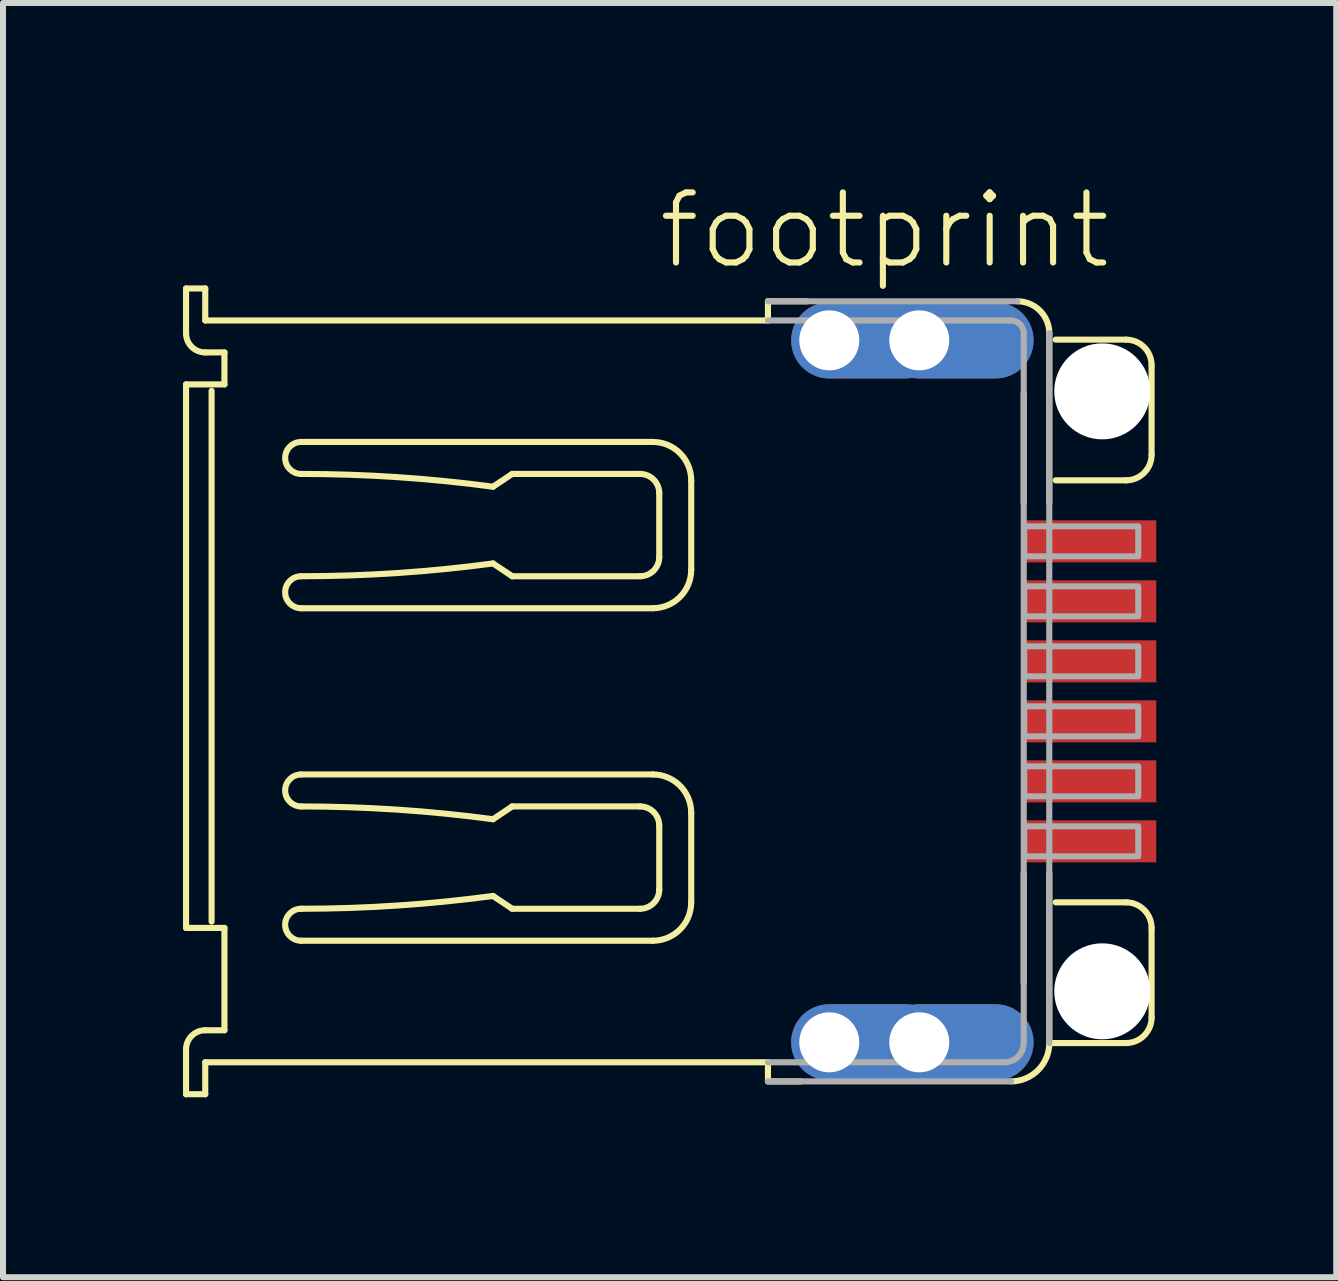
<source format=kicad_pcb>
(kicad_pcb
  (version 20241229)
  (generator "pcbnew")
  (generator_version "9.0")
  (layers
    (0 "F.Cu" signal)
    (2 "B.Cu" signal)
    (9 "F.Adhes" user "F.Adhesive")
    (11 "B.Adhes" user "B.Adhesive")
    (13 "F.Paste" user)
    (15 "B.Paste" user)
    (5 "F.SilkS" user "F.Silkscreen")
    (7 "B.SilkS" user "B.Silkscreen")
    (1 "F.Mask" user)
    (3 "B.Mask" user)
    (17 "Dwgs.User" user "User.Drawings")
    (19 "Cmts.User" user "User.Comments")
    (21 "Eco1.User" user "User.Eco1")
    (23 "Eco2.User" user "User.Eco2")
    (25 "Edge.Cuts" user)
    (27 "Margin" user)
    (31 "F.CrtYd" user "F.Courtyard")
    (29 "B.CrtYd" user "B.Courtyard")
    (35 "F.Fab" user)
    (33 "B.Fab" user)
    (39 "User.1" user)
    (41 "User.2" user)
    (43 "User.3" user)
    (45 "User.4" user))
  (footprint "footprint"
    (layer "F.Cu")
    (at 6.872 8.473)
    (property "Reference" "footprint" (at 1 -7 0) (layer "F.SilkS") (effects (font (size 1.168 1.168) (thickness 0.102)) (justify left bottom)))
    (fp_line (start -6.821 -6.715) (end -6.501 -6.715) (stroke (width 0.102) (type solid)) (layer "F.SilkS"))
    (fp_line (start -6.821 -5.968) (end -6.821 -6.715) (stroke (width 0.102) (type solid)) (layer "F.SilkS"))
    (fp_line (start -6.821 -5.116) (end -6.181 -5.116) (stroke (width 0.102) (type solid)) (layer "F.SilkS"))
    (fp_line (start -6.821 3.943) (end -6.821 -5.116) (stroke (width 0.102) (type solid)) (layer "F.SilkS"))
    (fp_line (start -6.821 6.715) (end -6.821 5.968) (stroke (width 0.102) (type solid)) (layer "F.SilkS"))
    (fp_line (start -6.501 -6.715) (end -6.501 -6.182) (stroke (width 0.102) (type solid)) (layer "F.SilkS"))
    (fp_line (start -6.501 -6.182) (end 2.878 -6.182) (stroke (width 0.102) (type solid)) (layer "F.SilkS"))
    (fp_line (start -6.501 5.649) (end -6.181 5.649) (stroke (width 0.102) (type solid)) (layer "F.SilkS"))
    (fp_line (start -6.501 6.182) (end -6.501 6.715) (stroke (width 0.102) (type solid)) (layer "F.SilkS"))
    (fp_line (start -6.501 6.715) (end -6.821 6.715) (stroke (width 0.102) (type solid)) (layer "F.SilkS"))
    (fp_line (start -6.395 -5.009) (end -6.395 3.837) (stroke (width 0.102) (type solid)) (layer "F.SilkS"))
    (fp_line (start -6.181 -5.649) (end -6.501 -5.649) (stroke (width 0.102) (type solid)) (layer "F.SilkS"))
    (fp_line (start -6.181 -5.116) (end -6.181 -5.649) (stroke (width 0.102) (type solid)) (layer "F.SilkS"))
    (fp_line (start -6.181 3.943) (end -6.821 3.943) (stroke (width 0.102) (type solid)) (layer "F.SilkS"))
    (fp_line (start -6.181 5.649) (end -6.181 3.943) (stroke (width 0.102) (type solid)) (layer "F.SilkS"))
    (fp_line (start -4.903 -4.157) (end 0.959 -4.157) (stroke (width 0.102) (type solid)) (layer "F.SilkS"))
    (fp_line (start -4.903 1.385) (end 0.959 1.385) (stroke (width 0.102) (type solid)) (layer "F.SilkS"))
    (fp_line (start -1.705 -3.41) (end -1.385 -3.624) (stroke (width 0.102) (type solid)) (layer "F.SilkS"))
    (fp_line (start -1.705 -2.132) (end -1.385 -1.918) (stroke (width 0.102) (type solid)) (layer "F.SilkS"))
    (fp_line (start -1.705 2.132) (end -1.385 1.918) (stroke (width 0.102) (type solid)) (layer "F.SilkS"))
    (fp_line (start -1.705 3.41) (end -1.385 3.624) (stroke (width 0.102) (type solid)) (layer "F.SilkS"))
    (fp_line (start -1.385 -1.918) (end 0.746 -1.918) (stroke (width 0.102) (type solid)) (layer "F.SilkS"))
    (fp_line (start -1.385 3.624) (end 0.746 3.624) (stroke (width 0.102) (type solid)) (layer "F.SilkS"))
    (fp_line (start 0.746 -3.624) (end -1.385 -3.624) (stroke (width 0.102) (type solid)) (layer "F.SilkS"))
    (fp_line (start 0.746 1.918) (end -1.385 1.918) (stroke (width 0.102) (type solid)) (layer "F.SilkS"))
    (fp_line (start 0.959 -1.385) (end -4.903 -1.385) (stroke (width 0.102) (type solid)) (layer "F.SilkS"))
    (fp_line (start 0.959 4.157) (end -4.903 4.157) (stroke (width 0.102) (type solid)) (layer "F.SilkS"))
    (fp_line (start 1.066 -2.238) (end 1.066 -3.304) (stroke (width 0.102) (type solid)) (layer "F.SilkS"))
    (fp_line (start 1.066 3.304) (end 1.066 2.238) (stroke (width 0.102) (type solid)) (layer "F.SilkS"))
    (fp_line (start 1.599 -3.517) (end 1.599 -2.025) (stroke (width 0.102) (type solid)) (layer "F.SilkS"))
    (fp_line (start 1.599 2.025) (end 1.599 3.517) (stroke (width 0.102) (type solid)) (layer "F.SilkS"))
    (fp_line (start 2.878 -6.501) (end 3.534 -6.501) (stroke (width 0.102) (type solid)) (layer "F.SilkS"))
    (fp_line (start 2.878 -6.182) (end 2.878 -6.501) (stroke (width 0.102) (type solid)) (layer "F.SilkS"))
    (fp_line (start 2.878 6.182) (end -6.501 6.182) (stroke (width 0.102) (type solid)) (layer "F.SilkS"))
    (fp_line (start 2.878 6.501) (end 2.878 6.182) (stroke (width 0.102) (type solid)) (layer "F.SilkS"))
    (fp_line (start 3.428 6.501) (end 2.878 6.501) (stroke (width 0.102) (type solid)) (layer "F.SilkS"))
    (fp_line (start 7.141 -4.968) (end 7.141 -3.138) (stroke (width 0.102) (type solid)) (layer "F.SilkS"))
    (fp_line (start 7.141 3.032) (end 7.141 4.862) (stroke (width 0.102) (type solid)) (layer "F.SilkS"))
    (fp_line (start 7.567 -5.968) (end 7.567 -3.138) (stroke (width 0.102) (type solid)) (layer "F.SilkS"))
    (fp_line (start 7.567 3.032) (end 7.567 5.862) (stroke (width 0.102) (type solid)) (layer "F.SilkS"))
    (fp_line (start 7.567 5.862) (end 8.846 5.862) (stroke (width 0.102) (type solid)) (layer "F.SilkS"))
    (fp_line (start 7.674 -5.862) (end 8.846 -5.862) (stroke (width 0.102) (type solid)) (layer "F.SilkS"))
    (fp_line (start 8.846 -3.517) (end 7.674 -3.517) (stroke (width 0.102) (type solid)) (layer "F.SilkS"))
    (fp_line (start 8.846 3.517) (end 7.674 3.517) (stroke (width 0.102) (type solid)) (layer "F.SilkS"))
    (fp_line (start 9.272 -5.436) (end 9.272 -3.943) (stroke (width 0.102) (type solid)) (layer "F.SilkS"))
    (fp_line (start 9.272 5.436) (end 9.272 3.943) (stroke (width 0.102) (type solid)) (layer "F.SilkS"))
    (fp_arc (start -6.821 5.9684) (mid -6.727421 5.742279) (end -6.501301 5.648699) (stroke (width 0.1016) (type solid)) (layer "F.SilkS"))
    (fp_arc (start -6.5013 -5.6487) (mid -6.727362 -5.742338) (end -6.821 -5.9684) (stroke (width 0.1016) (type solid)) (layer "F.SilkS"))
    (fp_arc (start -4.9026 -3.6237) (mid -5.16905 -3.89015) (end -4.9026 -4.1566) (stroke (width 0.1016) (type solid)) (layer "F.SilkS"))
    (fp_arc (start -4.9026 -3.6237) (mid -3.30035 -3.570341) (end -1.7052 -3.4105) (stroke (width 0.1016) (type solid)) (layer "F.SilkS"))
    (fp_arc (start -4.9026 -1.3855) (mid -5.16905 -1.65195) (end -4.9026 -1.9184) (stroke (width 0.1016) (type solid)) (layer "F.SilkS"))
    (fp_arc (start -4.9026 1.9184) (mid -5.16905 1.65195) (end -4.9026 1.3855) (stroke (width 0.1016) (type solid)) (layer "F.SilkS"))
    (fp_arc (start -4.9026 1.9184) (mid -3.30035 1.971759) (end -1.7052 2.1316) (stroke (width 0.1016) (type solid)) (layer "F.SilkS"))
    (fp_arc (start -4.9026 4.1566) (mid -5.16905 3.89015) (end -4.9026 3.6237) (stroke (width 0.1016) (type solid)) (layer "F.SilkS"))
    (fp_arc (start -1.7052 -2.1316) (mid -3.30035 -1.971759) (end -4.9026 -1.9184) (stroke (width 0.1016) (type solid)) (layer "F.SilkS"))
    (fp_arc (start -1.7052 3.4105) (mid -3.30035 3.570341) (end -4.9026 3.6237) (stroke (width 0.1016) (type solid)) (layer "F.SilkS"))
    (fp_arc (start 0.746 -3.6237) (mid 0.972133 -3.530033) (end 1.0658 -3.3039) (stroke (width 0.1016) (type solid)) (layer "F.SilkS"))
    (fp_arc (start 0.746 1.9184) (mid 0.972133 2.012067) (end 1.0658 2.2382) (stroke (width 0.1016) (type solid)) (layer "F.SilkS"))
    (fp_arc (start 0.9591 -4.1566) (mid 1.411359 -3.969329) (end 1.598699 -3.517099) (stroke (width 0.1016) (type solid)) (layer "F.SilkS"))
    (fp_arc (start 0.9591 1.3855) (mid 1.411388 1.572741) (end 1.598699 2.025001) (stroke (width 0.1016) (type solid)) (layer "F.SilkS"))
    (fp_arc (start 1.0658 -2.2381) (mid 0.972162 -2.012038) (end 0.7461 -1.9184) (stroke (width 0.1016) (type solid)) (layer "F.SilkS"))
    (fp_arc (start 1.0658 3.304) (mid 0.972162 3.530062) (end 0.7461 3.6237) (stroke (width 0.1016) (type solid)) (layer "F.SilkS"))
    (fp_arc (start 1.5987 -2.025) (mid 1.411431 -1.57284) (end 0.9593 -1.385498) (stroke (width 0.1016) (type solid)) (layer "F.SilkS"))
    (fp_arc (start 1.5987 3.5171) (mid 1.41143 3.96926) (end 0.959299 4.156601) (stroke (width 0.1016) (type solid)) (layer "F.SilkS"))
    (fp_arc (start 7.0343 -6.5013) (mid 7.411117 -6.345217) (end 7.5672 -5.9684) (stroke (width 0.1016) (type solid)) (layer "F.SilkS"))
    (fp_arc (start 7.5672 5.8618) (mid 7.379866 6.313966) (end 6.9277 6.5013) (stroke (width 0.1016) (type solid)) (layer "F.SilkS"))
    (fp_arc (start 8.8461 -5.8618) (mid 9.14754 -5.73694) (end 9.2724 -5.4355) (stroke (width 0.1016) (type solid)) (layer "F.SilkS"))
    (fp_arc (start 8.846101 3.517099) (mid 9.14757 3.641931) (end 9.2724 3.9434) (stroke (width 0.1016) (type solid)) (layer "F.SilkS"))
    (fp_arc (start 9.2724 -3.9434) (mid 9.14757 -3.641931) (end 8.846101 -3.517099) (stroke (width 0.1016) (type solid)) (layer "F.SilkS"))
    (fp_arc (start 9.2724 5.4356) (mid 9.14754 5.73704) (end 8.8461 5.8619) (stroke (width 0.1016) (type solid)) (layer "F.SilkS"))
    (fp_line (start 2.878 -6.501) (end 7.034 -6.501) (stroke (width 0.102) (type solid)) (layer "F.Fab"))
    (fp_line (start 2.878 -6.182) (end 6.928 -6.182) (stroke (width 0.102) (type solid)) (layer "F.Fab"))
    (fp_line (start 6.821 6.182) (end 2.878 6.182) (stroke (width 0.102) (type solid)) (layer "F.Fab"))
    (fp_line (start 6.928 6.501) (end 2.878 6.501) (stroke (width 0.102) (type solid)) (layer "F.Fab"))
    (fp_line (start 7.141 -5.968) (end 7.141 5.862) (stroke (width 0.102) (type solid)) (layer "F.Fab"))
    (fp_line (start 7.567 -5.968) (end 7.567 5.862) (stroke (width 0.102) (type solid)) (layer "F.Fab"))
    (fp_arc (start 6.9276 -6.1816) (mid 7.078355 -6.119155) (end 7.1408 -5.9684) (stroke (width 0.1016) (type solid)) (layer "F.Fab"))
    (fp_arc (start 7.1408 5.8619) (mid 7.047133 6.087933) (end 6.8211 6.1816) (stroke (width 0.1016) (type solid)) (layer "F.Fab"))
    (fp_poly (pts (xy 7.15 -2.25) (xy 9.05 -2.25) (xy 9.05 -2.75) (xy 7.15 -2.75)) (stroke (width 0.1) (type solid)) (fill no) (layer "F.Fab"))
    (fp_poly (pts (xy 7.15 -1.25) (xy 9.05 -1.25) (xy 9.05 -1.75) (xy 7.15 -1.75)) (stroke (width 0.1) (type solid)) (fill no) (layer "F.Fab"))
    (fp_poly (pts (xy 7.15 -0.25) (xy 9.05 -0.25) (xy 9.05 -0.75) (xy 7.15 -0.75)) (stroke (width 0.1) (type solid)) (fill no) (layer "F.Fab"))
    (fp_poly (pts (xy 7.15 0.75) (xy 9.05 0.75) (xy 9.05 0.25) (xy 7.15 0.25)) (stroke (width 0.1) (type solid)) (fill no) (layer "F.Fab"))
    (fp_poly (pts (xy 7.15 1.75) (xy 9.05 1.75) (xy 9.05 1.25) (xy 7.15 1.25)) (stroke (width 0.1) (type solid)) (fill no) (layer "F.Fab"))
    (fp_poly (pts (xy 7.15 2.75) (xy 9.05 2.75) (xy 9.05 2.25) (xy 7.15 2.25)) (stroke (width 0.1) (type solid)) (fill no) (layer "F.Fab"))
    (pad "" np_thru_hole circle (at 8.45 -5) (size 1.6 1.6) (drill 1.6) (layers "*.Cu" "*.Mask"))
    (pad "" np_thru_hole circle (at 8.45 5) (size 1.6 1.6) (drill 1.6) (layers "*.Cu" "*.Mask"))
    (pad "1" smd rect (at 8.25 -2.5) (size 2.2 0.7) (layers "F.Cu" "F.Mask" "F.Paste"))
    (pad "2" smd rect (at 8.25 -1.5) (size 2.2 0.7) (layers "F.Cu" "F.Mask" "F.Paste"))
    (pad "3" smd rect (at 8.25 -0.5) (size 2.2 0.7) (layers "F.Cu" "F.Mask" "F.Paste"))
    (pad "4" smd rect (at 8.25 0.5) (size 2.2 0.7) (layers "F.Cu" "F.Mask" "F.Paste"))
    (pad "5" smd rect (at 8.25 1.5) (size 2.2 0.7) (layers "F.Cu" "F.Mask" "F.Paste"))
    (pad "6" smd rect (at 8.25 2.5) (size 2.2 0.7) (layers "F.Cu" "F.Mask" "F.Paste"))
    (pad "M1" thru_hole oval (at 3.9 -5.85) (size 2.54 1.27) (drill 1 (offset 0.635 0)) (layers "*.Cu" "*.Mask"))
    (pad "M2" thru_hole oval (at 5.4 -5.85) (size 2.54 1.27) (drill 1 (offset 0.635 0)) (layers "*.Cu" "*.Mask"))
    (pad "M3" thru_hole oval (at 3.9 5.85) (size 2.54 1.27) (drill 1 (offset 0.635 0)) (layers "*.Cu" "*.Mask"))
    (pad "M4" thru_hole oval (at 5.4 5.85) (size 2.54 1.27) (drill 1 (offset 0.635 0)) (layers "*.Cu" "*.Mask")))
  (gr_rect
    (start -3 -3)
    (end 19.222 18.238)
    (stroke (width 0.1) (type default))
    (fill no)
    (layer "Edge.Cuts")))
</source>
